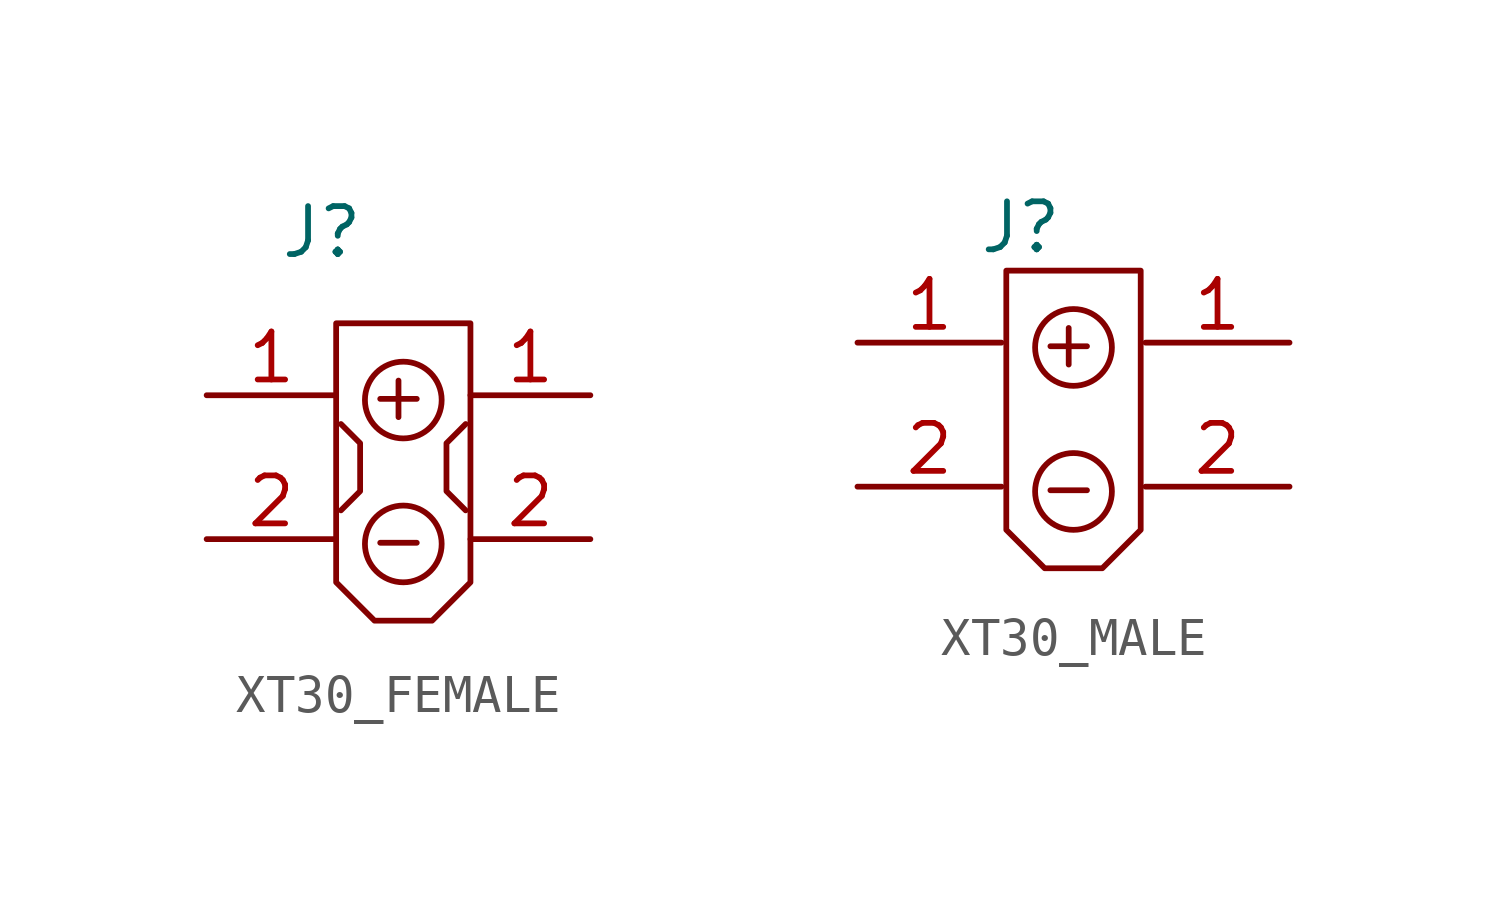
<source format=kicad_sym>
(kicad_symbol_lib
  (version 20241209)
  (generator "kicad_symbol_editor")
  (generator_version "9.0")
  (symbol "XT30_FEMALE"
    (property "Reference" "J"
      (at -2.032 6.858 0)
      (effects (font (size 1.27 1.27))))
    (property "Value" ""
      (at 0 0 0)
      (effects (font (size 1.27 1.27))))
    (symbol "XT30_FEMALE_0_1"
      (polyline (pts (xy -1.524 -0.508) (xy -1.016 0) (xy -1.016 1.27) (xy -1.524 1.778)) (stroke (width 0) (type default)) (fill (type none)))
      (circle (center 0.127 2.413) (radius 1.016) (stroke (width 0) (type default)) (fill (type none)))
      (circle (center 0.127 -1.397) (radius 1.016) (stroke (width 0) (type default)) (fill (type none)))
      (polyline (pts (xy 1.778 1.778) (xy 1.27 1.27) (xy 1.27 0) (xy 1.778 -0.508)) (stroke (width 0) (type default)) (fill (type none)))
      (polyline (pts (xy 1.905 4.445) (xy -1.651 4.445) (xy -1.651 -2.413) (xy -0.635 -3.429) (xy 0.889 -3.429) (xy 1.905 -2.413) (xy 1.905 4.445)) (stroke (width 0) (type default)) (fill (type none))))
    (symbol "XT30_FEMALE_1_1"
      (text "+" (at 0 2.54 0) (effects (font (size 1.27 1.27))))
      (text "-" (at 0 -1.27 0) (effects (font (size 1.27 1.27))))
      (pin passive line (at -5.08 2.54 0) (length 3.429) (name "" (effects (font (size 1.27 1.27)))) (number "1" (effects (font (size 1.27 1.27)))))
      (pin passive line (at -5.08 -1.27 0) (length 3.429) (name "" (effects (font (size 1.27 1.27)))) (number "2" (effects (font (size 1.27 1.27)))))
      (pin passive line (at 5.08 2.54 180) (length 3.175) (name "" (effects (font (size 1.27 1.27)))) (number "1" (effects (font (size 1.27 1.27)))))
      (pin passive line (at 5.08 -1.27 180) (length 3.175) (name "" (effects (font (size 1.27 1.27)))) (number "2" (effects (font (size 1.27 1.27)))))))
  (symbol "XT30_MALE"
    (property "Reference" "J"
      (at -2.032 4.318 0)
      (effects (font (size 1.27 1.27))))
    (property "Value" ""
      (at 0 0 0)
      (effects (font (size 1.27 1.27))))
    (symbol "XT30_MALE_0_1"
      (circle (center -0.635 1.143) (radius 1.016) (stroke (width 0) (type default)) (fill (type none)))
      (circle (center -0.635 -2.667) (radius 1.016) (stroke (width 0) (type default)) (fill (type none)))
      (polyline (pts (xy 1.143 3.175) (xy -2.413 3.175) (xy -2.413 -3.683) (xy -1.397 -4.699) (xy 0.127 -4.699) (xy 1.143 -3.683) (xy 1.143 3.175)) (stroke (width 0) (type default)) (fill (type none))))
    (symbol "XT30_MALE_1_1"
      (text "+" (at -0.762 1.27 0) (effects (font (size 1.27 1.27))))
      (text "-" (at -0.762 -2.54 0) (effects (font (size 1.27 1.27))))
      (pin passive line (at -6.35 1.27 0) (length 3.81) (name "" (effects (font (size 1.27 1.27)))) (number "1" (effects (font (size 1.27 1.27)))))
      (pin passive line (at -6.35 -2.54 0) (length 3.81) (name "" (effects (font (size 1.27 1.27)))) (number "2" (effects (font (size 1.27 1.27)))))
      (pin passive line (at 5.08 1.27 180) (length 3.81) (name "" (effects (font (size 1.27 1.27)))) (number "1" (effects (font (size 1.27 1.27)))))
      (pin passive line (at 5.08 -2.54 180) (length 3.81) (name "" (effects (font (size 1.27 1.27)))) (number "2" (effects (font (size 1.27 1.27))))))))
</source>
